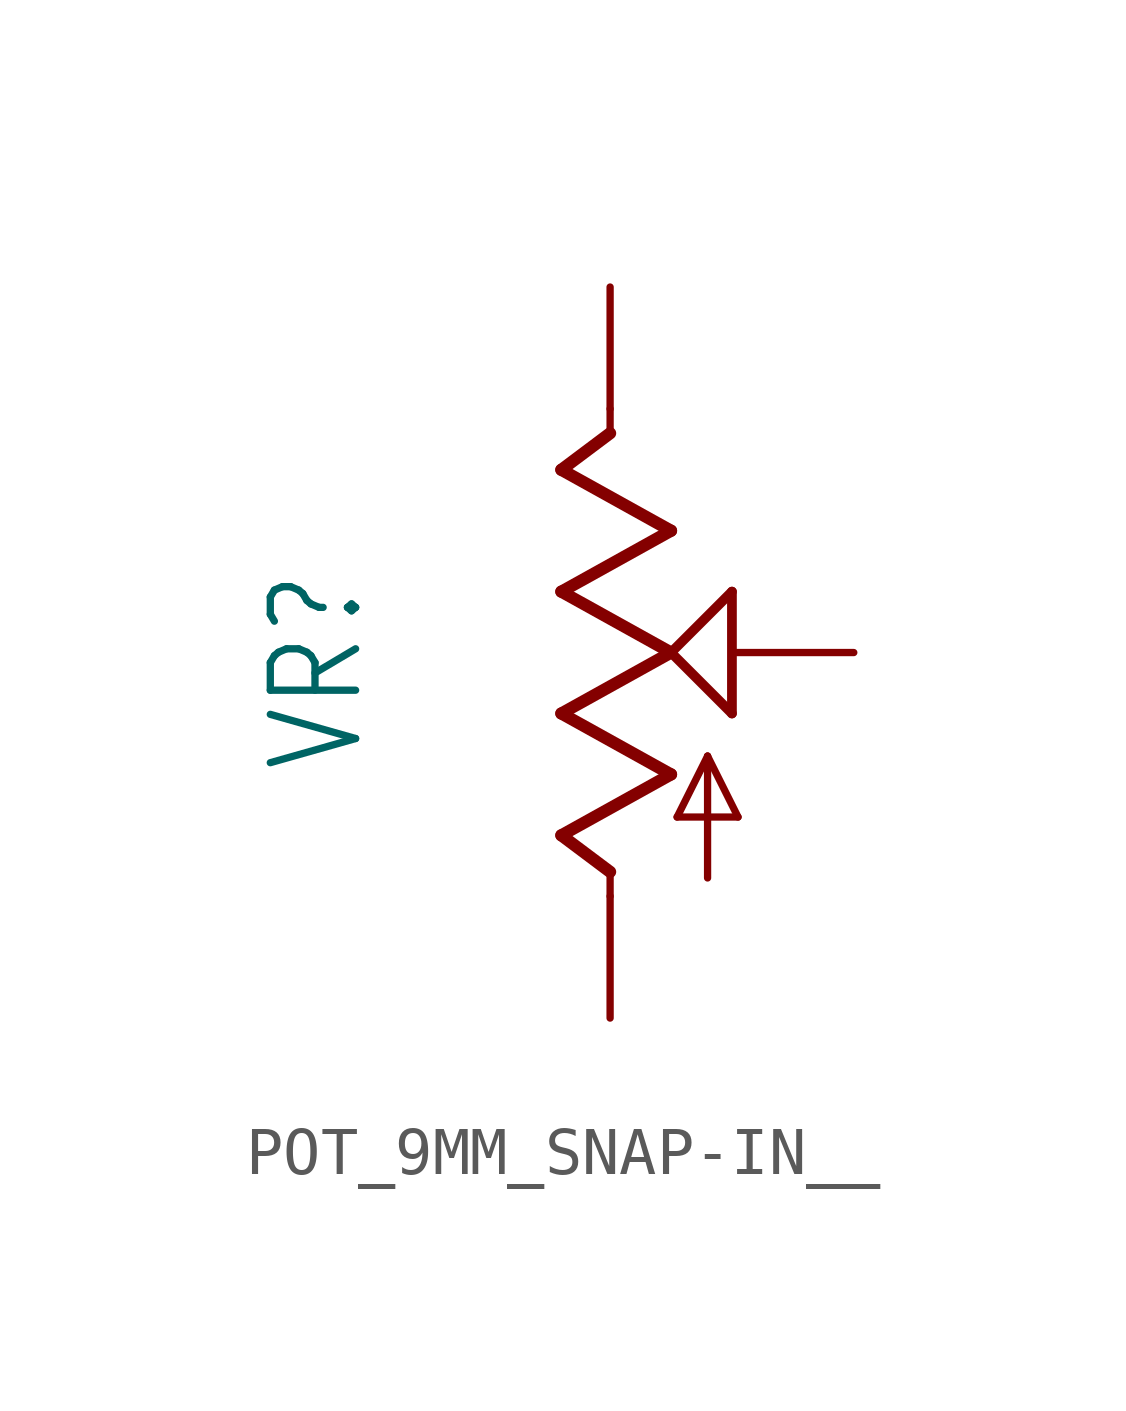
<source format=kicad_sym>
(kicad_symbol_lib
  (version 20231120)
  (generator "kicad_symbol_editor")
  (generator_version "8.0")
  (symbol "POT_9MM_SNAP-IN__"
    (property "Reference" "VR"
      (at -5.08 -2.54 90)
      (effects (font (size 1.778 1.511)) (justify left bottom)))
    (property "Value" ""
      (at -2.54 -2.54 90)
      (effects (font (size 1.778 1.511)) (justify left bottom)))
    (property "ki_locked" ""
      (at 0 0 0)
      (effects (font (size 1.27 1.27))))
    (symbol "POT_9MM_SNAP-IN___1_0"
      (polyline (pts (xy -1.016 -3.81) (xy 1.27 -2.54)) (stroke (width 0.254) (type solid)) (fill (type none)))
      (polyline (pts (xy -1.016 -1.27) (xy 1.27 0)) (stroke (width 0.254) (type solid)) (fill (type none)))
      (polyline (pts (xy -1.016 1.27) (xy 1.27 2.54)) (stroke (width 0.254) (type solid)) (fill (type none)))
      (polyline (pts (xy -1.016 3.81) (xy 0 4.572)) (stroke (width 0.254) (type solid)) (fill (type none)))
      (polyline (pts (xy 0 -5.08) (xy 0 -4.572)) (stroke (width 0.152) (type solid)) (fill (type none)))
      (polyline (pts (xy 0 -4.572) (xy -1.016 -3.81)) (stroke (width 0.254) (type solid)) (fill (type none)))
      (polyline (pts (xy 0 4.572) (xy 0 5.08)) (stroke (width 0.152) (type solid)) (fill (type none)))
      (polyline (pts (xy 1.27 -2.54) (xy -1.016 -1.27)) (stroke (width 0.254) (type solid)) (fill (type none)))
      (polyline (pts (xy 1.27 0) (xy -1.016 1.27)) (stroke (width 0.254) (type solid)) (fill (type none)))
      (polyline (pts (xy 1.27 0) (xy 2.54 1.27)) (stroke (width 0.203) (type solid)) (fill (type none)))
      (polyline (pts (xy 1.27 2.54) (xy -1.016 3.81)) (stroke (width 0.254) (type solid)) (fill (type none)))
      (polyline (pts (xy 1.397 -3.429) (xy 2.032 -2.159)) (stroke (width 0.152) (type solid)) (fill (type none)))
      (polyline (pts (xy 2.032 -4.699) (xy 2.032 -2.159)) (stroke (width 0.152) (type solid)) (fill (type none)))
      (polyline (pts (xy 2.032 -2.159) (xy 2.667 -3.429)) (stroke (width 0.152) (type solid)) (fill (type none)))
      (polyline (pts (xy 2.54 -1.27) (xy 1.27 0)) (stroke (width 0.203) (type solid)) (fill (type none)))
      (polyline (pts (xy 2.54 1.27) (xy 2.54 -1.27)) (stroke (width 0.203) (type solid)) (fill (type none)))
      (polyline (pts (xy 2.667 -3.429) (xy 1.397 -3.429)) (stroke (width 0.152) (type solid)) (fill (type none)))
      (pin passive line (at 0 -7.62 90) (length 2.54) (name "1" (effects (font (size 0 0)))) (number "1" (effects (font (size 0 0)))))
      (pin passive line (at 5.08 0 180) (length 2.54) (name "2" (effects (font (size 0 0)))) (number "2" (effects (font (size 0 0)))))
      (pin passive line (at 0 7.62 270) (length 2.54) (name "3" (effects (font (size 0 0)))) (number "3" (effects (font (size 0 0))))))))
</source>
